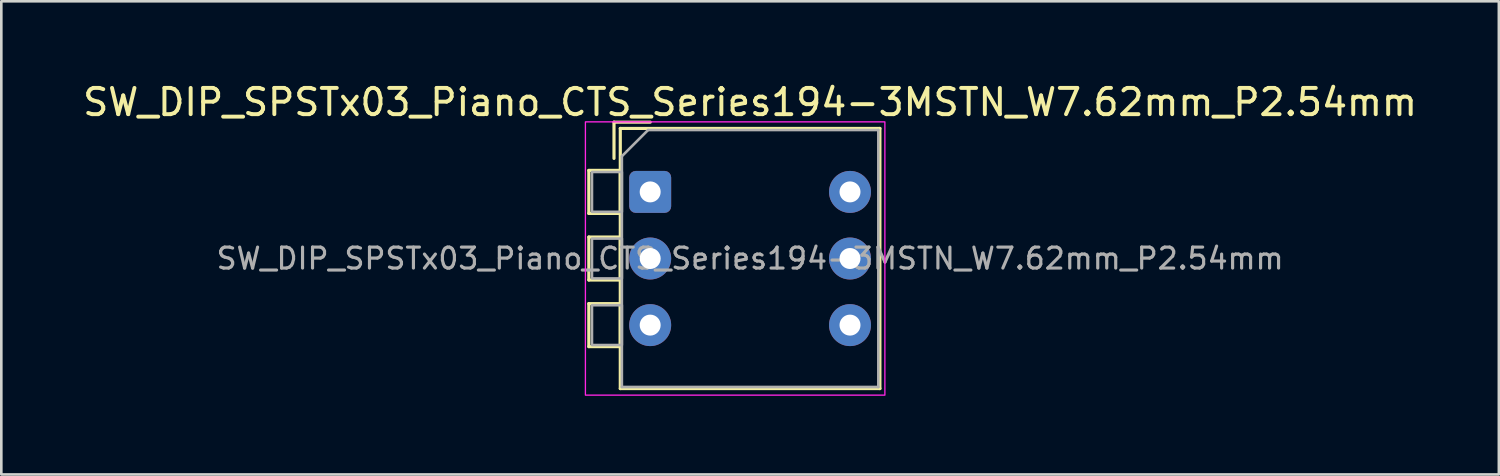
<source format=kicad_pcb>
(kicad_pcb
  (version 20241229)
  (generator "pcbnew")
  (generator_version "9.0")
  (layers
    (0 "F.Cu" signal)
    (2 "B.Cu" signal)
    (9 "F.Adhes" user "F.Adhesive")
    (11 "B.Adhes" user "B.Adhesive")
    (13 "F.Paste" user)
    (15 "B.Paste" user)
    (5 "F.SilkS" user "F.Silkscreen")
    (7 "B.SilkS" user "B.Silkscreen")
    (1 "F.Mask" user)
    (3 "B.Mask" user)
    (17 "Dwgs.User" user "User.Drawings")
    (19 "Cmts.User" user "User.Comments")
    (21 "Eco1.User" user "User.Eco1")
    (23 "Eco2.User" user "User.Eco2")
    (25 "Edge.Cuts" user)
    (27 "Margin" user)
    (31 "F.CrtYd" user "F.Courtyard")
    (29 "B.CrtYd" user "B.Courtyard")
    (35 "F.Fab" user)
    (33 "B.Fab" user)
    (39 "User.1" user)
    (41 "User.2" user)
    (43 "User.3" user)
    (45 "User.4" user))
  (footprint "SW_DIP_SPSTx03_Piano_CTS_Series194-3MSTN_W7.62mm_P2.54mm"
    (layer "F.Cu")
    (at 21.744 4.268)
    (property "Reference" "SW_DIP_SPSTx03_Piano_CTS_Series194-3MSTN_W7.62mm_P2.54mm" (at 3.81 -3.42 0) (layer "F.SilkS") (effects (font (size 1 1) (thickness 0.15))))
    (attr through_hole)
    (fp_line (start -2.34 -0.82) (end -1.14 -0.82) (stroke (width 0.12) (type solid)) (layer "F.SilkS"))
    (fp_line (start -2.34 0.82) (end -2.34 -0.82) (stroke (width 0.12) (type solid)) (layer "F.SilkS"))
    (fp_line (start -2.34 1.72) (end -1.14 1.72) (stroke (width 0.12) (type solid)) (layer "F.SilkS"))
    (fp_line (start -2.34 3.36) (end -2.34 1.72) (stroke (width 0.12) (type solid)) (layer "F.SilkS"))
    (fp_line (start -2.34 4.26) (end -1.14 4.26) (stroke (width 0.12) (type solid)) (layer "F.SilkS"))
    (fp_line (start -2.34 5.9) (end -2.34 4.26) (stroke (width 0.12) (type solid)) (layer "F.SilkS"))
    (fp_line (start -1.38 -2.66) (end -1.38 -1.277) (stroke (width 0.12) (type solid)) (layer "F.SilkS"))
    (fp_line (start -1.38 -2.66) (end 0.003 -2.66) (stroke (width 0.12) (type solid)) (layer "F.SilkS"))
    (fp_line (start -1.14 -2.42) (end -1.14 7.5) (stroke (width 0.12) (type solid)) (layer "F.SilkS"))
    (fp_line (start -1.14 -2.42) (end 8.76 -2.42) (stroke (width 0.12) (type solid)) (layer "F.SilkS"))
    (fp_line (start -1.14 -0.82) (end -1.14 0.82) (stroke (width 0.12) (type solid)) (layer "F.SilkS"))
    (fp_line (start -1.14 0.82) (end -2.34 0.82) (stroke (width 0.12) (type solid)) (layer "F.SilkS"))
    (fp_line (start -1.14 1.72) (end -1.14 3.36) (stroke (width 0.12) (type solid)) (layer "F.SilkS"))
    (fp_line (start -1.14 3.36) (end -2.34 3.36) (stroke (width 0.12) (type solid)) (layer "F.SilkS"))
    (fp_line (start -1.14 4.26) (end -1.14 5.9) (stroke (width 0.12) (type solid)) (layer "F.SilkS"))
    (fp_line (start -1.14 5.9) (end -2.34 5.9) (stroke (width 0.12) (type solid)) (layer "F.SilkS"))
    (fp_line (start -1.14 7.5) (end 8.76 7.5) (stroke (width 0.12) (type solid)) (layer "F.SilkS"))
    (fp_line (start 8.76 -2.42) (end 8.76 7.5) (stroke (width 0.12) (type solid)) (layer "F.SilkS"))
    (fp_rect (start -2.47 -2.67) (end 8.95 7.75) (stroke (width 0.05) (type solid)) (fill no) (layer "F.CrtYd"))
    (fp_line (start -1.08 -1.36) (end -0.08 -2.36) (stroke (width 0.1) (type solid)) (layer "F.Fab"))
    (fp_line (start -1.08 7.44) (end -1.08 -1.36) (stroke (width 0.1) (type solid)) (layer "F.Fab"))
    (fp_line (start -0.08 -2.36) (end 8.7 -2.36) (stroke (width 0.1) (type solid)) (layer "F.Fab"))
    (fp_line (start 8.7 -2.36) (end 8.7 7.44) (stroke (width 0.1) (type solid)) (layer "F.Fab"))
    (fp_line (start 8.7 7.44) (end -1.08 7.44) (stroke (width 0.1) (type solid)) (layer "F.Fab"))
    (fp_rect (start -2.22 -0.76) (end -1.08 0.76) (stroke (width 0.1) (type solid)) (fill no) (layer "F.Fab"))
    (fp_rect (start -2.22 1.78) (end -1.08 3.3) (stroke (width 0.1) (type solid)) (fill no) (layer "F.Fab"))
    (fp_rect (start -2.22 4.32) (end -1.08 5.84) (stroke (width 0.1) (type solid)) (fill no) (layer "F.Fab"))
    (fp_text user "${REFERENCE}" (at 3.81 2.54 0) (layer "F.Fab") (effects (font (size 0.8 0.8) (thickness 0.12))))
    (pad "1" thru_hole roundrect (at 0 0) (size 1.6 1.6) (drill 0.8) (layers "*.Cu" "*.Mask") (roundrect_rratio 0.156))
    (pad "2" thru_hole circle (at 0 2.54) (size 1.6 1.6) (drill 0.8) (layers "*.Cu" "*.Mask"))
    (pad "3" thru_hole circle (at 0 5.08) (size 1.6 1.6) (drill 0.8) (layers "*.Cu" "*.Mask"))
    (pad "4" thru_hole circle (at 7.62 5.08) (size 1.6 1.6) (drill 0.8) (layers "*.Cu" "*.Mask"))
    (pad "5" thru_hole circle (at 7.62 2.54) (size 1.6 1.6) (drill 0.8) (layers "*.Cu" "*.Mask"))
    (pad "6" thru_hole circle (at 7.62 0) (size 1.6 1.6) (drill 0.8) (layers "*.Cu" "*.Mask")))
  (gr_rect
    (start -3 -3)
    (end 54.107 15.043)
    (stroke (width 0.1) (type default))
    (fill no)
    (layer "Edge.Cuts")))
</source>
